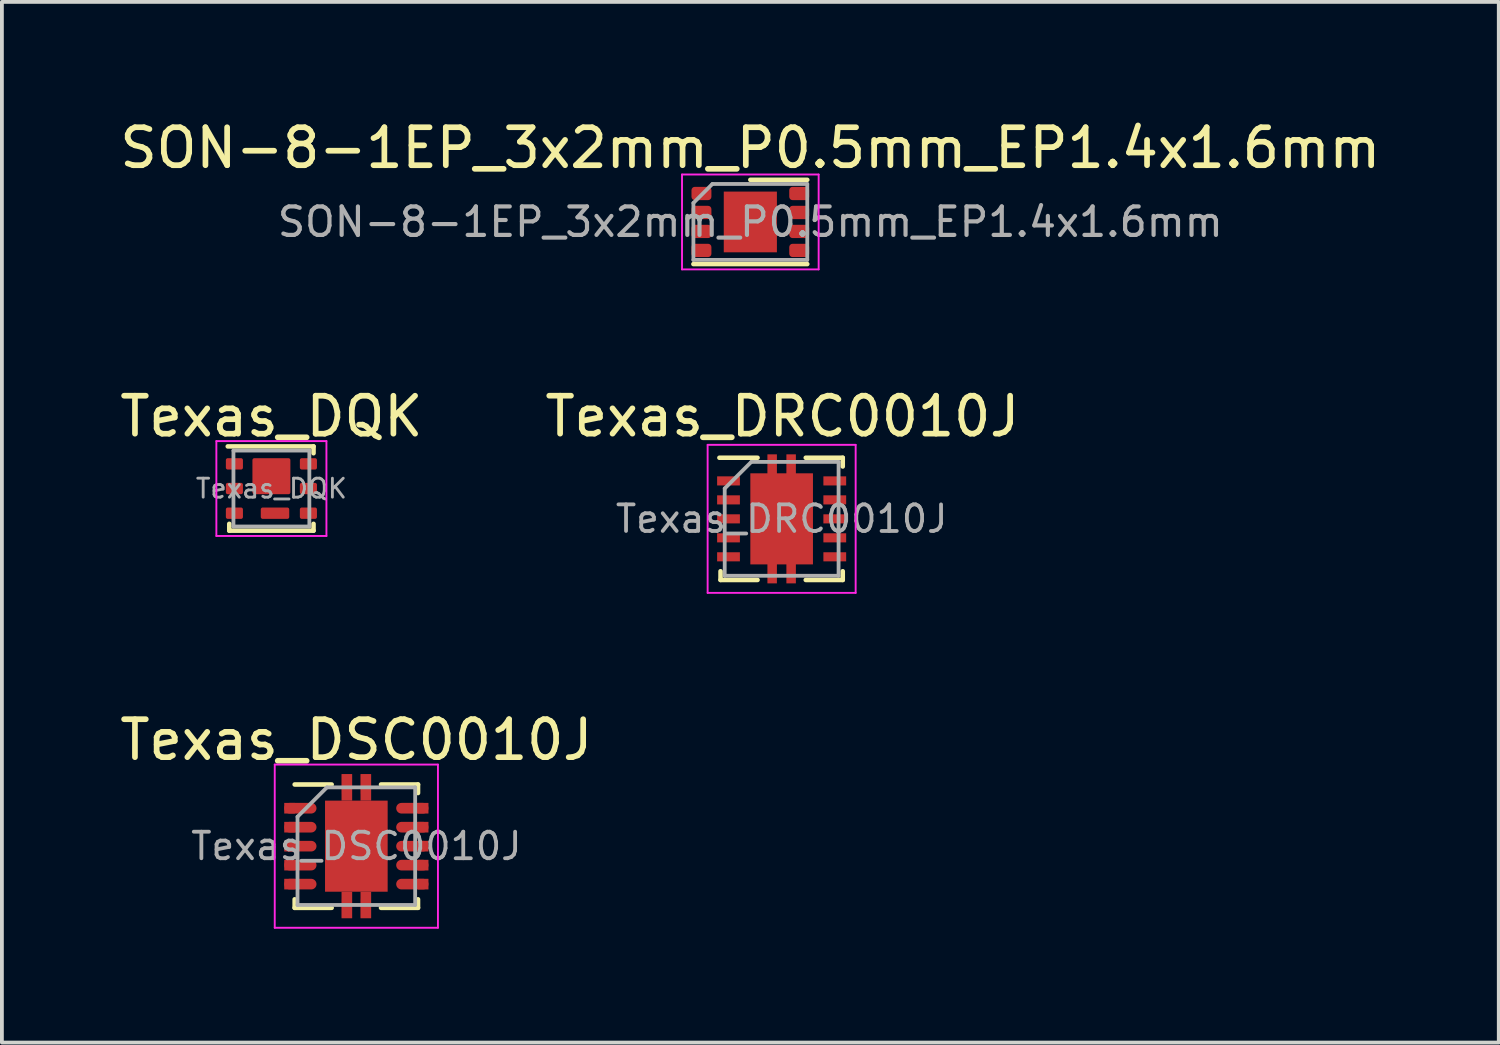
<source format=kicad_pcb>
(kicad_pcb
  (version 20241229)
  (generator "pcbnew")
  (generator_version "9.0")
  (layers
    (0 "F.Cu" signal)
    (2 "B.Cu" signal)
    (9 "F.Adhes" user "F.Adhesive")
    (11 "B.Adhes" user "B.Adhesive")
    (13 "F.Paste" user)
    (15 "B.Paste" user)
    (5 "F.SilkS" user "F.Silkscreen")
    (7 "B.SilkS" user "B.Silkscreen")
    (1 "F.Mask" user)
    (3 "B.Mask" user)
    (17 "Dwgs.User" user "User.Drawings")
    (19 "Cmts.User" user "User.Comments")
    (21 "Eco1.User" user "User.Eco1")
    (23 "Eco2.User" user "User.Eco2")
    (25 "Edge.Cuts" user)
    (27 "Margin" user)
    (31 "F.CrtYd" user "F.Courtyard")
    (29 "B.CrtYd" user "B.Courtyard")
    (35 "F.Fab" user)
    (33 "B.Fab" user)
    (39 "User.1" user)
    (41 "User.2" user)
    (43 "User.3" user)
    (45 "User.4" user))
  (footprint "Texas_DRC0010J"
    (layer "F.Cu")
    (at 17.545 10.621)
    (property "Reference" "Texas_DRC0010J" (at 0.02 -2.7 0) (layer "F.SilkS") (effects (font (size 1 1) (thickness 0.15))))
    (attr smd)
    (fp_line (start -1.64 -1.61) (end -0.635 -1.61) (stroke (width 0.12) (type solid)) (layer "F.SilkS"))
    (fp_line (start -1.61 1.38) (end -1.61 1.61) (stroke (width 0.12) (type solid)) (layer "F.SilkS"))
    (fp_line (start -1.61 1.61) (end -0.635 1.61) (stroke (width 0.12) (type solid)) (layer "F.SilkS"))
    (fp_line (start 0.635 -1.61) (end 1.61 -1.61) (stroke (width 0.12) (type solid)) (layer "F.SilkS"))
    (fp_line (start 0.635 1.61) (end 1.61 1.61) (stroke (width 0.12) (type solid)) (layer "F.SilkS"))
    (fp_line (start 1.61 -1.61) (end 1.61 -1.38) (stroke (width 0.12) (type solid)) (layer "F.SilkS"))
    (fp_line (start 1.61 1.38) (end 1.61 1.61) (stroke (width 0.12) (type solid)) (layer "F.SilkS"))
    (fp_line (start -1.95 -1.95) (end -1.95 1.95) (stroke (width 0.05) (type solid)) (layer "F.CrtYd"))
    (fp_line (start -1.95 -1.95) (end 1.95 -1.95) (stroke (width 0.05) (type solid)) (layer "F.CrtYd"))
    (fp_line (start -1.95 1.95) (end 1.95 1.95) (stroke (width 0.05) (type solid)) (layer "F.CrtYd"))
    (fp_line (start 1.95 -1.95) (end 1.95 1.95) (stroke (width 0.05) (type solid)) (layer "F.CrtYd"))
    (fp_line (start -1.5 -0.8) (end -1.5 1.5) (stroke (width 0.1) (type solid)) (layer "F.Fab"))
    (fp_line (start -1.5 -0.8) (end -0.8 -1.5) (stroke (width 0.1) (type solid)) (layer "F.Fab"))
    (fp_line (start -1.5 1.5) (end 1.5 1.5) (stroke (width 0.1) (type solid)) (layer "F.Fab"))
    (fp_line (start -0.8 -1.5) (end 1.5 -1.5) (stroke (width 0.1) (type solid)) (layer "F.Fab"))
    (fp_line (start 1.5 -1.5) (end 1.5 1.5) (stroke (width 0.1) (type solid)) (layer "F.Fab"))
    (fp_text user "${REFERENCE}" (at 0 0 0) (layer "F.Fab") (effects (font (size 0.7 0.7) (thickness 0.1))))
    (pad "" smd roundrect (at -0.25 -1.53) (size 0.25 0.34) (layers "F.Paste") (roundrect_rratio 0.1))
    (pad "" smd roundrect (at -0.25 1.53) (size 0.25 0.34) (layers "F.Paste") (roundrect_rratio 0.1))
    (pad "" smd roundrect (at 0 -0.63) (size 1.5 1.06) (layers "F.Paste") (roundrect_rratio 0.1))
    (pad "" smd roundrect (at 0 0.63) (size 1.5 1.06) (layers "F.Paste") (roundrect_rratio 0.1))
    (pad "" smd roundrect (at 0.25 -1.53) (size 0.25 0.34) (layers "F.Paste") (roundrect_rratio 0.1))
    (pad "" smd roundrect (at 0.25 1.53) (size 0.25 0.34) (layers "F.Paste") (roundrect_rratio 0.1))
    (pad "1" smd rect (at -1.4 -1) (size 0.6 0.24) (layers "F.Cu" "F.Mask" "F.Paste"))
    (pad "2" smd rect (at -1.4 -0.5) (size 0.6 0.24) (layers "F.Cu" "F.Mask" "F.Paste"))
    (pad "3" smd rect (at -1.4 0) (size 0.6 0.24) (layers "F.Cu" "F.Mask" "F.Paste"))
    (pad "4" smd rect (at -1.4 0.5) (size 0.6 0.24) (layers "F.Cu" "F.Mask" "F.Paste"))
    (pad "5" smd rect (at -1.4 1) (size 0.6 0.24) (layers "F.Cu" "F.Mask" "F.Paste"))
    (pad "6" smd rect (at 1.4 1) (size 0.6 0.24) (layers "F.Cu" "F.Mask" "F.Paste"))
    (pad "7" smd rect (at 1.4 0.5) (size 0.6 0.24) (layers "F.Cu" "F.Mask" "F.Paste"))
    (pad "8" smd rect (at 1.4 0) (size 0.6 0.24) (layers "F.Cu" "F.Mask" "F.Paste"))
    (pad "9" smd rect (at 1.4 -0.5) (size 0.6 0.24) (layers "F.Cu" "F.Mask" "F.Paste"))
    (pad "10" smd rect (at 1.4 -1) (size 0.6 0.24) (layers "F.Cu" "F.Mask" "F.Paste"))
    (pad "11" smd custom (at 0 0) (size 1.65 2.4) (layers "F.Cu" "F.Mask") (options (anchor rect)) (primitives (gr_poly (pts (xy -0.125 -1.1) (xy 0.125 -1.1) (xy 0.125 -1.7) (xy 0.375 -1.7) (xy 0.375 1.7) (xy 0.125 1.7) (xy 0.125 1.1) (xy -0.125 1.1) (xy -0.125 1.7) (xy -0.375 1.7) (xy -0.375 -1.7) (xy -0.125 -1.7)) (width 0) (fill yes)))))
  (footprint "Texas_DQK"
    (layer "F.Cu")
    (at 4.101 9.822)
    (property "Reference" "Texas_DQK" (at 0 -1.9 0) (layer "F.SilkS") (effects (font (size 1 1) (thickness 0.15))))
    (attr smd)
    (fp_line (start -1.15 -1.11) (end 1.11 -1.11) (stroke (width 0.12) (type solid)) (layer "F.SilkS"))
    (fp_line (start -1.11 0.93) (end -1.11 1.11) (stroke (width 0.12) (type solid)) (layer "F.SilkS"))
    (fp_line (start -1.11 1.11) (end 1.11 1.11) (stroke (width 0.12) (type solid)) (layer "F.SilkS"))
    (fp_line (start 1.11 -1.11) (end 1.11 -0.93) (stroke (width 0.12) (type solid)) (layer "F.SilkS"))
    (fp_line (start 1.11 0.93) (end 1.11 1.11) (stroke (width 0.12) (type solid)) (layer "F.SilkS"))
    (fp_line (start -1.45 -1.25) (end -1.45 1.25) (stroke (width 0.05) (type solid)) (layer "F.CrtYd"))
    (fp_line (start -1.45 -1.25) (end 1.45 -1.25) (stroke (width 0.05) (type solid)) (layer "F.CrtYd"))
    (fp_line (start -1.45 1.25) (end 1.45 1.25) (stroke (width 0.05) (type solid)) (layer "F.CrtYd"))
    (fp_line (start 1.45 -1.25) (end 1.45 1.25) (stroke (width 0.05) (type solid)) (layer "F.CrtYd"))
    (fp_line (start -1 -1) (end -1 1) (stroke (width 0.1) (type solid)) (layer "F.Fab"))
    (fp_line (start -1 -1) (end 1 -1) (stroke (width 0.1) (type solid)) (layer "F.Fab"))
    (fp_line (start -1 1) (end 1 1) (stroke (width 0.1) (type solid)) (layer "F.Fab"))
    (fp_line (start 1 -1) (end 1 1) (stroke (width 0.1) (type solid)) (layer "F.Fab"))
    (fp_text user "${REFERENCE}" (at 0 0 0) (layer "F.Fab") (effects (font (size 0.5 0.5) (thickness 0.075))))
    (pad "" smd roundrect (at 0 -0.325) (size 0.9 0.86) (layers "F.Paste") (roundrect_rratio 0.058))
    (pad "" smd roundrect (at 0.095 0.65) (size 0.7 0.29) (layers "F.Paste") (roundrect_rratio 0.172))
    (pad "1" smd roundrect (at -0.975 -0.65) (size 0.45 0.3) (layers "F.Cu" "F.Mask" "F.Paste") (roundrect_rratio 0.167))
    (pad "2" smd roundrect (at -0.975 0) (size 0.45 0.3) (layers "F.Cu" "F.Mask" "F.Paste") (roundrect_rratio 0.167))
    (pad "3" smd roundrect (at -0.975 0.65) (size 0.45 0.3) (layers "F.Cu" "F.Mask" "F.Paste") (roundrect_rratio 0.167))
    (pad "4" smd roundrect (at 0.975 0.65) (size 0.45 0.3) (layers "F.Cu" "F.Mask" "F.Paste") (roundrect_rratio 0.167))
    (pad "5" smd roundrect (at 0.975 0) (size 0.45 0.3) (layers "F.Cu" "F.Mask" "F.Paste") (roundrect_rratio 0.167))
    (pad "6" smd roundrect (at 0.975 -0.65) (size 0.45 0.3) (layers "F.Cu" "F.Mask" "F.Paste") (roundrect_rratio 0.167))
    (pad "7" smd roundrect (at 0.095 0.65) (size 0.75 0.3) (layers "F.Cu" "F.Mask") (roundrect_rratio 0.167))
    (pad "8" smd roundrect (at 0 -0.325) (size 1 0.95) (layers "F.Cu" "F.Mask") (roundrect_rratio 0.053)))
  (footprint "SON-8-1EP_3x2mm_P0.5mm_EP1.4x1.6mm"
    (layer "F.Cu")
    (at 16.72 2.798)
    (property "Reference" "SON-8-1EP_3x2mm_P0.5mm_EP1.4x1.6mm" (at 0 -1.95 0) (layer "F.SilkS") (effects (font (size 1 1) (thickness 0.15))))
    (attr smd)
    (fp_line (start -1.5 1.11) (end 1.5 1.11) (stroke (width 0.12) (type solid)) (layer "F.SilkS"))
    (fp_line (start 0 -1.11) (end 1.5 -1.11) (stroke (width 0.12) (type solid)) (layer "F.SilkS"))
    (fp_line (start -1.8 -1.25) (end -1.8 1.25) (stroke (width 0.05) (type solid)) (layer "F.CrtYd"))
    (fp_line (start -1.8 1.25) (end 1.8 1.25) (stroke (width 0.05) (type solid)) (layer "F.CrtYd"))
    (fp_line (start 1.8 -1.25) (end -1.8 -1.25) (stroke (width 0.05) (type solid)) (layer "F.CrtYd"))
    (fp_line (start 1.8 1.25) (end 1.8 -1.25) (stroke (width 0.05) (type solid)) (layer "F.CrtYd"))
    (fp_line (start -1.5 -0.5) (end -1 -1) (stroke (width 0.1) (type solid)) (layer "F.Fab"))
    (fp_line (start -1.5 1) (end -1.5 -0.5) (stroke (width 0.1) (type solid)) (layer "F.Fab"))
    (fp_line (start -1 -1) (end 1.5 -1) (stroke (width 0.1) (type solid)) (layer "F.Fab"))
    (fp_line (start 1.5 -1) (end 1.5 1) (stroke (width 0.1) (type solid)) (layer "F.Fab"))
    (fp_line (start 1.5 1) (end -1.5 1) (stroke (width 0.1) (type solid)) (layer "F.Fab"))
    (fp_text user "${REFERENCE}" (at 0 0 0) (layer "F.Fab") (effects (font (size 0.75 0.75) (thickness 0.11))))
    (pad "" smd roundrect (at -0.35 -0.4) (size 0.56 0.64) (layers "F.Paste") (roundrect_rratio 0.25))
    (pad "" smd roundrect (at -0.35 0.4) (size 0.56 0.64) (layers "F.Paste") (roundrect_rratio 0.25))
    (pad "" smd roundrect (at 0.35 -0.4) (size 0.56 0.64) (layers "F.Paste") (roundrect_rratio 0.25))
    (pad "" smd roundrect (at 0.35 0.4) (size 0.56 0.64) (layers "F.Paste") (roundrect_rratio 0.25))
    (pad "1" smd roundrect (at -1.288 -0.75) (size 0.525 0.35) (layers "F.Cu" "F.Mask" "F.Paste") (roundrect_rratio 0.25))
    (pad "2" smd roundrect (at -1.288 -0.25) (size 0.525 0.35) (layers "F.Cu" "F.Mask" "F.Paste") (roundrect_rratio 0.25))
    (pad "3" smd roundrect (at -1.288 0.25) (size 0.525 0.35) (layers "F.Cu" "F.Mask" "F.Paste") (roundrect_rratio 0.25))
    (pad "4" smd roundrect (at -1.288 0.75) (size 0.525 0.35) (layers "F.Cu" "F.Mask" "F.Paste") (roundrect_rratio 0.25))
    (pad "5" smd roundrect (at 1.288 0.75) (size 0.525 0.35) (layers "F.Cu" "F.Mask" "F.Paste") (roundrect_rratio 0.25))
    (pad "6" smd roundrect (at 1.288 0.25) (size 0.525 0.35) (layers "F.Cu" "F.Mask" "F.Paste") (roundrect_rratio 0.25))
    (pad "7" smd roundrect (at 1.288 -0.25) (size 0.525 0.35) (layers "F.Cu" "F.Mask" "F.Paste") (roundrect_rratio 0.25))
    (pad "8" smd roundrect (at 1.288 -0.75) (size 0.525 0.35) (layers "F.Cu" "F.Mask" "F.Paste") (roundrect_rratio 0.25))
    (pad "9" smd rect (at 0 0) (size 1.4 1.6) (layers "F.Cu" "F.Mask")))
  (footprint "Texas_DSC0010J"
    (layer "F.Cu")
    (at 6.339 19.245)
    (property "Reference" "Texas_DSC0010J" (at 0 -2.8 0) (layer "F.SilkS") (effects (font (size 1 1) (thickness 0.15))))
    (attr smd)
    (fp_line (start -1.625 -1.625) (end -0.65 -1.625) (stroke (width 0.12) (type solid)) (layer "F.SilkS"))
    (fp_line (start -1.625 1.625) (end -1.625 1.4) (stroke (width 0.12) (type solid)) (layer "F.SilkS"))
    (fp_line (start -1.625 1.625) (end -0.65 1.625) (stroke (width 0.12) (type solid)) (layer "F.SilkS"))
    (fp_line (start 0.65 -1.625) (end 1.625 -1.625) (stroke (width 0.12) (type solid)) (layer "F.SilkS"))
    (fp_line (start 0.65 1.625) (end 1.625 1.625) (stroke (width 0.12) (type solid)) (layer "F.SilkS"))
    (fp_line (start 1.625 -1.4) (end 1.625 -1.625) (stroke (width 0.12) (type solid)) (layer "F.SilkS"))
    (fp_line (start 1.625 1.4) (end 1.625 1.625) (stroke (width 0.12) (type solid)) (layer "F.SilkS"))
    (fp_line (start -2.15 -2.15) (end -2.15 2.15) (stroke (width 0.05) (type solid)) (layer "F.CrtYd"))
    (fp_line (start -2.15 -2.15) (end 2.15 -2.15) (stroke (width 0.05) (type solid)) (layer "F.CrtYd"))
    (fp_line (start -2.15 2.15) (end 2.15 2.15) (stroke (width 0.05) (type solid)) (layer "F.CrtYd"))
    (fp_line (start 2.15 -2.15) (end 2.15 2.15) (stroke (width 0.05) (type solid)) (layer "F.CrtYd"))
    (fp_line (start -1.55 1.55) (end -1.55 -0.775) (stroke (width 0.1) (type solid)) (layer "F.Fab"))
    (fp_line (start -0.775 -1.55) (end -1.55 -0.775) (stroke (width 0.1) (type solid)) (layer "F.Fab"))
    (fp_line (start -0.775 -1.55) (end 1.55 -1.55) (stroke (width 0.1) (type solid)) (layer "F.Fab"))
    (fp_line (start 1.55 -1.55) (end 1.55 1.55) (stroke (width 0.1) (type solid)) (layer "F.Fab"))
    (fp_line (start 1.55 1.55) (end -1.55 1.55) (stroke (width 0.1) (type solid)) (layer "F.Fab"))
    (fp_text user "${REFERENCE}" (at 0 0 0) (layer "F.Fab") (effects (font (size 0.7 0.7) (thickness 0.1))))
    (pad "1" smd rect (at -1.76 -1) (size 0.28 0.28) (layers "F.Cu" "F.Mask" "F.Paste"))
    (pad "1" smd oval (at -1.475 -1) (size 0.85 0.28) (layers "F.Cu" "F.Mask" "F.Paste"))
    (pad "2" smd rect (at -1.76 -0.5) (size 0.28 0.28) (layers "F.Cu" "F.Mask" "F.Paste"))
    (pad "2" smd oval (at -1.475 -0.5) (size 0.85 0.28) (layers "F.Cu" "F.Mask" "F.Paste"))
    (pad "3" smd rect (at -1.76 0) (size 0.28 0.28) (layers "F.Cu" "F.Mask" "F.Paste"))
    (pad "3" smd oval (at -1.475 0) (size 0.85 0.28) (layers "F.Cu" "F.Mask" "F.Paste"))
    (pad "4" smd rect (at -1.76 0.5) (size 0.28 0.28) (layers "F.Cu" "F.Mask" "F.Paste"))
    (pad "4" smd oval (at -1.475 0.5) (size 0.85 0.28) (layers "F.Cu" "F.Mask" "F.Paste"))
    (pad "5" smd rect (at -1.76 1) (size 0.28 0.28) (layers "F.Cu" "F.Mask" "F.Paste"))
    (pad "5" smd oval (at -1.475 1) (size 0.85 0.28) (layers "F.Cu" "F.Mask" "F.Paste"))
    (pad "6" smd oval (at 1.475 1) (size 0.85 0.28) (layers "F.Cu" "F.Mask" "F.Paste"))
    (pad "6" smd rect (at 1.76 1) (size 0.28 0.28) (layers "F.Cu" "F.Mask" "F.Paste"))
    (pad "7" smd oval (at 1.475 0.5) (size 0.85 0.28) (layers "F.Cu" "F.Mask" "F.Paste"))
    (pad "7" smd rect (at 1.76 0.5) (size 0.28 0.28) (layers "F.Cu" "F.Mask" "F.Paste"))
    (pad "8" smd oval (at 1.475 0) (size 0.85 0.28) (layers "F.Cu" "F.Mask" "F.Paste"))
    (pad "8" smd rect (at 1.76 0) (size 0.28 0.28) (layers "F.Cu" "F.Mask" "F.Paste"))
    (pad "9" smd oval (at 1.475 -0.5) (size 0.85 0.28) (layers "F.Cu" "F.Mask" "F.Paste"))
    (pad "9" smd rect (at 1.76 -0.5) (size 0.28 0.28) (layers "F.Cu" "F.Mask" "F.Paste"))
    (pad "10" smd oval (at 1.475 -1) (size 0.85 0.28) (layers "F.Cu" "F.Mask" "F.Paste"))
    (pad "10" smd rect (at 1.76 -1) (size 0.28 0.28) (layers "F.Cu" "F.Mask" "F.Paste"))
    (pad "11" smd rect (at -0.45 -0.635) (size 0.68 1.05) (layers "F.Cu" "F.Mask" "F.Paste"))
    (pad "11" smd rect (at -0.45 0.635) (size 0.68 1.05) (layers "F.Cu" "F.Mask" "F.Paste"))
    (pad "11" smd rect (at -0.25 -1.63) (size 0.26 0.5) (layers "F.Cu" "F.Mask" "F.Paste"))
    (pad "11" smd rect (at -0.25 -1.55) (size 0.28 0.7) (layers "F.Cu" "F.Mask"))
    (pad "11" smd rect (at -0.25 1.55) (size 0.28 0.7) (layers "F.Cu" "F.Mask"))
    (pad "11" smd rect (at -0.25 1.63) (size 0.26 0.5) (layers "F.Cu" "F.Mask" "F.Paste"))
    (pad "11" smd rect (at 0 0) (size 1.65 2.4) (layers "F.Cu" "F.Mask"))
    (pad "11" smd rect (at 0.25 -1.63) (size 0.26 0.5) (layers "F.Cu" "F.Mask" "F.Paste"))
    (pad "11" smd rect (at 0.25 -1.55) (size 0.28 0.7) (layers "F.Cu" "F.Mask"))
    (pad "11" smd rect (at 0.25 1.55) (size 0.28 0.7) (layers "F.Cu" "F.Mask"))
    (pad "11" smd rect (at 0.25 1.63) (size 0.26 0.5) (layers "F.Cu" "F.Mask" "F.Paste"))
    (pad "11" smd rect (at 0.45 -0.635) (size 0.68 1.05) (layers "F.Cu" "F.Mask" "F.Paste"))
    (pad "11" smd rect (at 0.45 0.635) (size 0.68 1.05) (layers "F.Cu" "F.Mask" "F.Paste")))
  (gr_rect
    (start -3 -3)
    (end 36.44 24.42)
    (stroke (width 0.1) (type default))
    (fill no)
    (layer "Edge.Cuts")))
</source>
